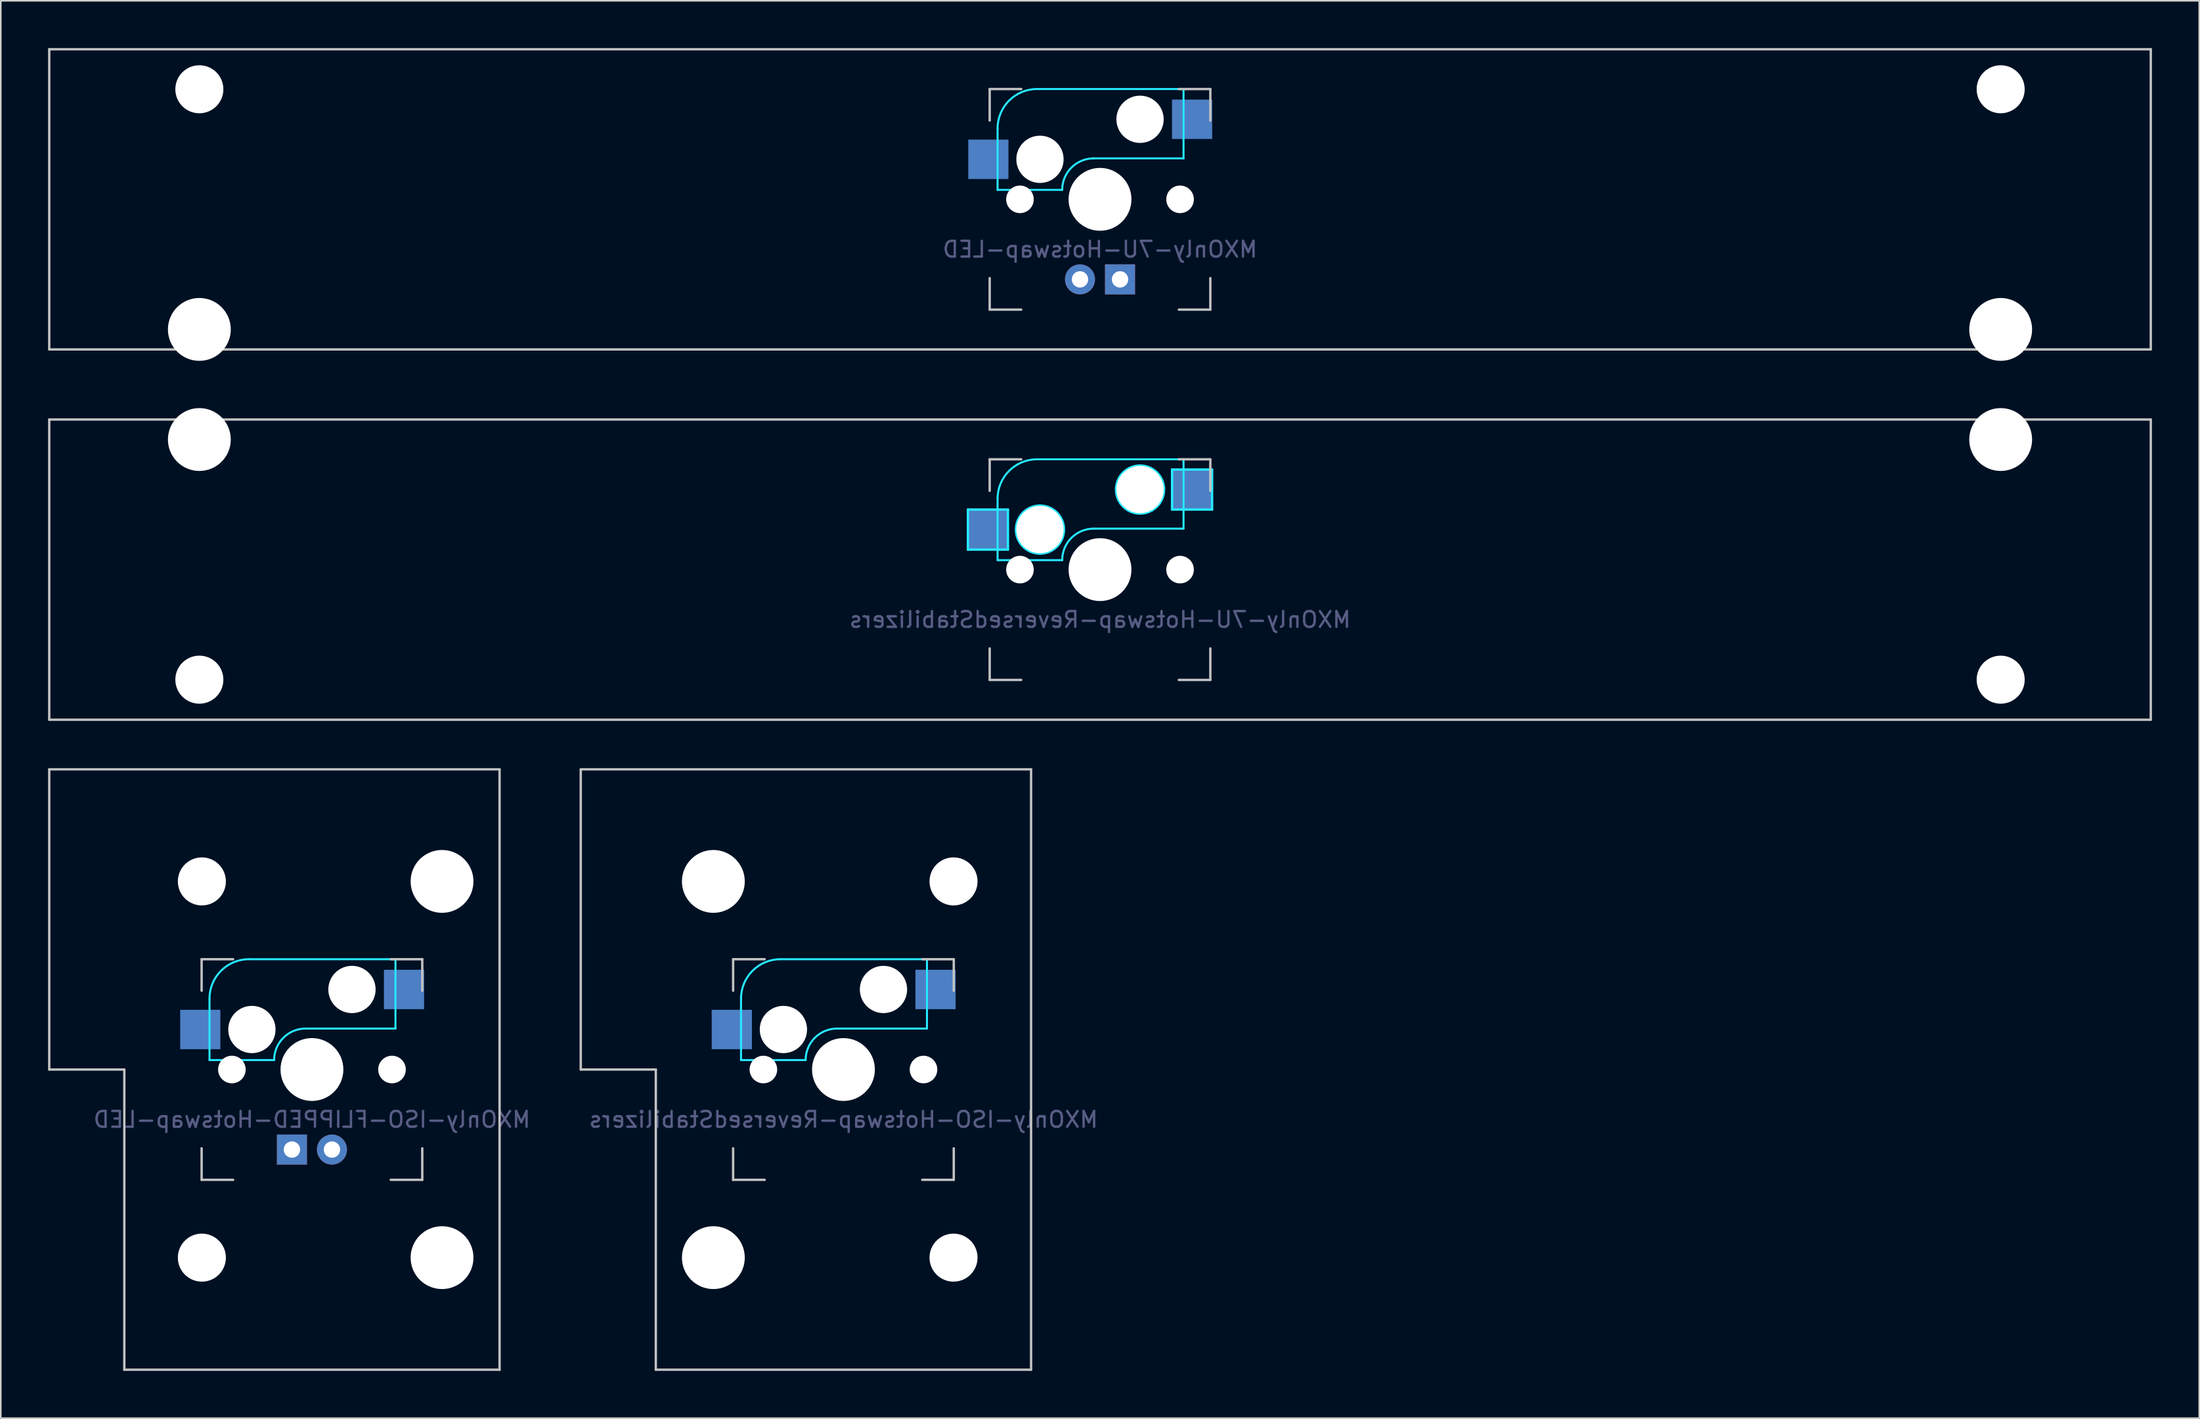
<source format=kicad_pcb>
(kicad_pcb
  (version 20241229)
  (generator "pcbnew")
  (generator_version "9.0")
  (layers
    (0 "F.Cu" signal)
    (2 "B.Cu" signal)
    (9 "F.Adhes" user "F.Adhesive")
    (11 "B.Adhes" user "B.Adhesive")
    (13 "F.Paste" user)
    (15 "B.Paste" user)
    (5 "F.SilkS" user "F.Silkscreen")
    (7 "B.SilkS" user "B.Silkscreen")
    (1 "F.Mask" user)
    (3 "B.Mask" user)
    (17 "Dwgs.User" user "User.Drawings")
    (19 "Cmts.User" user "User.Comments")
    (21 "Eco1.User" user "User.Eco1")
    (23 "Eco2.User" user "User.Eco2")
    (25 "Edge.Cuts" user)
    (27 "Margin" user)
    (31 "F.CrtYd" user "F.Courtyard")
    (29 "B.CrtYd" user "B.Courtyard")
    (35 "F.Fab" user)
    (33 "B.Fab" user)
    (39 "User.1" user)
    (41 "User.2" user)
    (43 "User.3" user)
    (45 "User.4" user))
  (footprint "MXOnly-7U-Hotswap-ReversedStabilizers"
    (layer "F.Cu")
    (at 66.75 33.098)
    (property "Reference" "MXOnly-7U-Hotswap-ReversedStabilizers" (at 0 3.175 0) (layer "B.Fab") (effects (font (size 1 1) (thickness 0.15)) (justify mirror)))
    (attr smd)
    (fp_line (start -66.675 -9.525) (end 66.675 -9.525) (stroke (width 0.15) (type solid)) (layer "Dwgs.User"))
    (fp_line (start -66.675 9.525) (end -66.675 -9.525) (stroke (width 0.15) (type solid)) (layer "Dwgs.User"))
    (fp_line (start -7 -7) (end -7 -5) (stroke (width 0.15) (type solid)) (layer "Dwgs.User"))
    (fp_line (start -7 5) (end -7 7) (stroke (width 0.15) (type solid)) (layer "Dwgs.User"))
    (fp_line (start -7 7) (end -5 7) (stroke (width 0.15) (type solid)) (layer "Dwgs.User"))
    (fp_line (start -5 -7) (end -7 -7) (stroke (width 0.15) (type solid)) (layer "Dwgs.User"))
    (fp_line (start 5 -7) (end 7 -7) (stroke (width 0.15) (type solid)) (layer "Dwgs.User"))
    (fp_line (start 5 7) (end 7 7) (stroke (width 0.15) (type solid)) (layer "Dwgs.User"))
    (fp_line (start 7 -7) (end 7 -5) (stroke (width 0.15) (type solid)) (layer "Dwgs.User"))
    (fp_line (start 7 7) (end 7 5) (stroke (width 0.15) (type solid)) (layer "Dwgs.User"))
    (fp_line (start 66.675 -9.525) (end 66.675 9.525) (stroke (width 0.15) (type solid)) (layer "Dwgs.User"))
    (fp_line (start 66.675 9.525) (end -66.675 9.525) (stroke (width 0.15) (type solid)) (layer "Dwgs.User"))
    (fp_line (start -8.382 -3.81) (end -5.842 -3.81) (stroke (width 0.15) (type solid)) (layer "B.CrtYd"))
    (fp_line (start -8.382 -1.27) (end -8.382 -3.81) (stroke (width 0.15) (type solid)) (layer "B.CrtYd"))
    (fp_line (start -6.5 -4.5) (end -6.5 -0.6) (stroke (width 0.127) (type solid)) (layer "B.CrtYd"))
    (fp_line (start -6.5 -0.6) (end -2.4 -0.6) (stroke (width 0.127) (type solid)) (layer "B.CrtYd"))
    (fp_line (start -5.842 -3.81) (end -5.842 -1.27) (stroke (width 0.15) (type solid)) (layer "B.CrtYd"))
    (fp_line (start -5.842 -1.27) (end -8.382 -1.27) (stroke (width 0.15) (type solid)) (layer "B.CrtYd"))
    (fp_line (start -0.4 -2.6) (end 5.3 -2.6) (stroke (width 0.127) (type solid)) (layer "B.CrtYd"))
    (fp_line (start 4.572 -6.35) (end 7.112 -6.35) (stroke (width 0.15) (type solid)) (layer "B.CrtYd"))
    (fp_line (start 4.572 -3.81) (end 4.572 -6.35) (stroke (width 0.15) (type solid)) (layer "B.CrtYd"))
    (fp_line (start 5.3 -7) (end -4 -7) (stroke (width 0.127) (type solid)) (layer "B.CrtYd"))
    (fp_line (start 5.3 -7) (end 5.3 -2.6) (stroke (width 0.127) (type solid)) (layer "B.CrtYd"))
    (fp_line (start 7.112 -6.35) (end 7.112 -3.81) (stroke (width 0.15) (type solid)) (layer "B.CrtYd"))
    (fp_line (start 7.112 -3.81) (end 4.572 -3.81) (stroke (width 0.15) (type solid)) (layer "B.CrtYd"))
    (fp_arc (start -6.5 -4.5) (mid -5.767767 -6.267767) (end -4 -7) (stroke (width 0.127) (type solid)) (layer "B.CrtYd"))
    (fp_arc (start -2.4 -0.6) (mid -1.814214 -2.014214) (end -0.4 -2.6) (stroke (width 0.127) (type solid)) (layer "B.CrtYd"))
    (fp_circle (center -3.81 -2.54) (end -3.81 -4.064) (stroke (width 0.15) (type solid)) (fill no) (layer "B.CrtYd"))
    (fp_circle (center 2.54 -5.08) (end 2.54 -6.604) (stroke (width 0.15) (type solid)) (fill no) (layer "B.CrtYd"))
    (pad "" np_thru_hole circle (at -57.15 -8.255) (size 3.988 3.988) (drill 3.988) (layers "*.Cu" "*.Mask"))
    (pad "" np_thru_hole circle (at -57.15 6.985) (size 3.048 3.048) (drill 3.048) (layers "*.Cu" "*.Mask"))
    (pad "" np_thru_hole circle (at -5.08 0 48.1) (size 1.75 1.75) (drill 1.75) (layers "*.Cu" "*.Mask"))
    (pad "" np_thru_hole circle (at -3.81 -2.54) (size 3 3) (drill 3) (layers "*.Cu" "*.Mask"))
    (pad "" np_thru_hole circle (at 0 0) (size 3.988 3.988) (drill 3.988) (layers "*.Cu" "*.Mask"))
    (pad "" np_thru_hole circle (at 2.54 -5.08) (size 3 3) (drill 3) (layers "*.Cu" "*.Mask"))
    (pad "" np_thru_hole circle (at 5.08 0 48.1) (size 1.75 1.75) (drill 1.75) (layers "*.Cu" "*.Mask"))
    (pad "" np_thru_hole circle (at 57.15 -8.255) (size 3.988 3.988) (drill 3.988) (layers "*.Cu" "*.Mask"))
    (pad "" np_thru_hole circle (at 57.15 6.985) (size 3.048 3.048) (drill 3.048) (layers "*.Cu" "*.Mask"))
    (pad "1" smd rect (at -7.085 -2.54) (size 2.55 2.5) (layers "B.Cu" "B.Mask" "B.Paste"))
    (pad "2" smd rect (at 5.842 -5.08) (size 2.55 2.5) (layers "B.Cu" "B.Mask" "B.Paste")))
  (footprint "MXOnly-ISO-Hotswap-ReversedStabilizers"
    (layer "F.Cu")
    (at 50.47 64.823)
    (property "Reference" "MXOnly-ISO-Hotswap-ReversedStabilizers" (at 0 3.175 0) (layer "B.Fab") (effects (font (size 1 1) (thickness 0.15)) (justify mirror)))
    (attr through_hole)
    (fp_line (start -16.669 -19.05) (end -16.669 0) (stroke (width 0.15) (type solid)) (layer "Dwgs.User"))
    (fp_line (start -16.669 -19.05) (end 11.906 -19.05) (stroke (width 0.15) (type solid)) (layer "Dwgs.User"))
    (fp_line (start -11.906 0) (end -16.669 0) (stroke (width 0.15) (type solid)) (layer "Dwgs.User"))
    (fp_line (start -11.906 19.05) (end -11.906 0) (stroke (width 0.15) (type solid)) (layer "Dwgs.User"))
    (fp_line (start -11.906 19.05) (end 11.906 19.05) (stroke (width 0.15) (type solid)) (layer "Dwgs.User"))
    (fp_line (start -7 -7) (end -7 -5) (stroke (width 0.15) (type solid)) (layer "Dwgs.User"))
    (fp_line (start -7 5) (end -7 7) (stroke (width 0.15) (type solid)) (layer "Dwgs.User"))
    (fp_line (start -7 7) (end -5 7) (stroke (width 0.15) (type solid)) (layer "Dwgs.User"))
    (fp_line (start -5 -7) (end -7 -7) (stroke (width 0.15) (type solid)) (layer "Dwgs.User"))
    (fp_line (start 5 -7) (end 7 -7) (stroke (width 0.15) (type solid)) (layer "Dwgs.User"))
    (fp_line (start 5 7) (end 7 7) (stroke (width 0.15) (type solid)) (layer "Dwgs.User"))
    (fp_line (start 7 -7) (end 7 -5) (stroke (width 0.15) (type solid)) (layer "Dwgs.User"))
    (fp_line (start 7 7) (end 7 5) (stroke (width 0.15) (type solid)) (layer "Dwgs.User"))
    (fp_line (start 11.906 -19.05) (end 11.906 19.05) (stroke (width 0.15) (type solid)) (layer "Dwgs.User"))
    (fp_line (start -6.5 -4.5) (end -6.5 -0.6) (stroke (width 0.127) (type solid)) (layer "B.CrtYd"))
    (fp_line (start -6.5 -0.6) (end -2.4 -0.6) (stroke (width 0.127) (type solid)) (layer "B.CrtYd"))
    (fp_line (start -0.4 -2.6) (end 5.3 -2.6) (stroke (width 0.127) (type solid)) (layer "B.CrtYd"))
    (fp_line (start 5.3 -7) (end -4 -7) (stroke (width 0.127) (type solid)) (layer "B.CrtYd"))
    (fp_line (start 5.3 -7) (end 5.3 -2.6) (stroke (width 0.127) (type solid)) (layer "B.CrtYd"))
    (fp_arc (start -6.5 -4.5) (mid -5.767767 -6.267767) (end -4 -7) (stroke (width 0.127) (type solid)) (layer "B.CrtYd"))
    (fp_arc (start -2.4 -0.6) (mid -1.814214 -2.014214) (end -0.4 -2.6) (stroke (width 0.127) (type solid)) (layer "B.CrtYd"))
    (pad "" np_thru_hole circle (at -8.255 -11.938) (size 3.988 3.988) (drill 3.988) (layers "*.Cu" "*.Mask"))
    (pad "" np_thru_hole circle (at -8.255 11.938) (size 3.988 3.988) (drill 3.988) (layers "*.Cu" "*.Mask"))
    (pad "" np_thru_hole circle (at -5.08 0 48.1) (size 1.75 1.75) (drill 1.75) (layers "*.Cu" "*.Mask"))
    (pad "" np_thru_hole circle (at -3.81 -2.54) (size 3 3) (drill 3) (layers "*.Cu" "*.Mask"))
    (pad "" np_thru_hole circle (at 0 0) (size 3.988 3.988) (drill 3.988) (layers "*.Cu" "*.Mask"))
    (pad "" np_thru_hole circle (at 2.54 -5.08) (size 3 3) (drill 3) (layers "*.Cu" "*.Mask"))
    (pad "" np_thru_hole circle (at 5.08 0 48.1) (size 1.75 1.75) (drill 1.75) (layers "*.Cu" "*.Mask"))
    (pad "" np_thru_hole circle (at 6.985 -11.938) (size 3.048 3.048) (drill 3.048) (layers "*.Cu" "*.Mask"))
    (pad "" np_thru_hole circle (at 6.985 11.938) (size 3.048 3.048) (drill 3.048) (layers "*.Cu" "*.Mask"))
    (pad "1" smd rect (at -7.085 -2.54) (size 2.55 2.5) (layers "B.Cu" "B.Mask" "B.Paste"))
    (pad "2" smd rect (at 5.842 -5.08) (size 2.55 2.5) (layers "B.Cu" "B.Mask" "B.Paste")))
  (footprint "MXOnly-7U-Hotswap-LED"
    (layer "F.Cu")
    (at 66.75 9.6)
    (property "Reference" "MXOnly-7U-Hotswap-LED" (at 0 3.175 0) (layer "B.Fab") (effects (font (size 1 1) (thickness 0.15)) (justify mirror)))
    (attr through_hole)
    (fp_line (start -66.675 -9.525) (end 66.675 -9.525) (stroke (width 0.15) (type solid)) (layer "Dwgs.User"))
    (fp_line (start -66.675 9.525) (end -66.675 -9.525) (stroke (width 0.15) (type solid)) (layer "Dwgs.User"))
    (fp_line (start -66.675 9.525) (end 66.675 9.525) (stroke (width 0.15) (type solid)) (layer "Dwgs.User"))
    (fp_line (start -7 -7) (end -7 -5) (stroke (width 0.15) (type solid)) (layer "Dwgs.User"))
    (fp_line (start -7 5) (end -7 7) (stroke (width 0.15) (type solid)) (layer "Dwgs.User"))
    (fp_line (start -7 7) (end -5 7) (stroke (width 0.15) (type solid)) (layer "Dwgs.User"))
    (fp_line (start -5 -7) (end -7 -7) (stroke (width 0.15) (type solid)) (layer "Dwgs.User"))
    (fp_line (start 5 -7) (end 7 -7) (stroke (width 0.15) (type solid)) (layer "Dwgs.User"))
    (fp_line (start 5 7) (end 7 7) (stroke (width 0.15) (type solid)) (layer "Dwgs.User"))
    (fp_line (start 7 -7) (end 7 -5) (stroke (width 0.15) (type solid)) (layer "Dwgs.User"))
    (fp_line (start 7 7) (end 7 5) (stroke (width 0.15) (type solid)) (layer "Dwgs.User"))
    (fp_line (start 66.675 -9.525) (end 66.675 9.525) (stroke (width 0.15) (type solid)) (layer "Dwgs.User"))
    (fp_line (start -6.5 -4.5) (end -6.5 -0.6) (stroke (width 0.127) (type solid)) (layer "B.CrtYd"))
    (fp_line (start -6.5 -0.6) (end -2.4 -0.6) (stroke (width 0.127) (type solid)) (layer "B.CrtYd"))
    (fp_line (start -0.4 -2.6) (end 5.3 -2.6) (stroke (width 0.127) (type solid)) (layer "B.CrtYd"))
    (fp_line (start 5.3 -7) (end -4 -7) (stroke (width 0.127) (type solid)) (layer "B.CrtYd"))
    (fp_line (start 5.3 -7) (end 5.3 -2.6) (stroke (width 0.127) (type solid)) (layer "B.CrtYd"))
    (fp_arc (start -6.5 -4.5) (mid -5.767767 -6.267767) (end -4 -7) (stroke (width 0.127) (type solid)) (layer "B.CrtYd"))
    (fp_arc (start -2.4 -0.6) (mid -1.814214 -2.014214) (end -0.4 -2.6) (stroke (width 0.127) (type solid)) (layer "B.CrtYd"))
    (pad "" np_thru_hole circle (at -57.15 -6.985) (size 3.048 3.048) (drill 3.048) (layers "*.Cu" "*.Mask"))
    (pad "" np_thru_hole circle (at -57.15 8.255) (size 3.988 3.988) (drill 3.988) (layers "*.Cu" "*.Mask"))
    (pad "" np_thru_hole circle (at -5.08 0 48.1) (size 1.75 1.75) (drill 1.75) (layers "*.Cu" "*.Mask"))
    (pad "" np_thru_hole circle (at -3.81 -2.54) (size 3 3) (drill 3) (layers "*.Cu" "*.Mask"))
    (pad "" np_thru_hole circle (at 0 0) (size 3.988 3.988) (drill 3.988) (layers "*.Cu" "*.Mask"))
    (pad "" np_thru_hole circle (at 2.54 -5.08) (size 3 3) (drill 3) (layers "*.Cu" "*.Mask"))
    (pad "" np_thru_hole circle (at 5.08 0 48.1) (size 1.75 1.75) (drill 1.75) (layers "*.Cu" "*.Mask"))
    (pad "" np_thru_hole circle (at 57.15 -6.985) (size 3.048 3.048) (drill 3.048) (layers "*.Cu" "*.Mask"))
    (pad "" np_thru_hole circle (at 57.15 8.255) (size 3.988 3.988) (drill 3.988) (layers "*.Cu" "*.Mask"))
    (pad "1" smd rect (at -7.085 -2.54) (size 2.55 2.5) (layers "B.Cu" "B.Mask" "B.Paste"))
    (pad "2" smd rect (at 5.842 -5.08) (size 2.55 2.5) (layers "B.Cu" "B.Mask" "B.Paste"))
    (pad "3" thru_hole circle (at -1.27 5.08) (size 1.905 1.905) (drill 1.04) (layers "*.Cu" "B.Mask"))
    (pad "4" thru_hole rect (at 1.27 5.08) (size 1.905 1.905) (drill 1.04) (layers "*.Cu" "B.Mask")))
  (footprint "MXOnly-ISO-FLIPPED-Hotswap-LED"
    (layer "F.Cu")
    (at 16.744 64.823)
    (property "Reference" "MXOnly-ISO-FLIPPED-Hotswap-LED" (at 0 3.175 0) (layer "B.Fab") (effects (font (size 1 1) (thickness 0.15)) (justify mirror)))
    (attr through_hole)
    (fp_line (start -16.669 -19.05) (end -16.669 0) (stroke (width 0.15) (type solid)) (layer "Dwgs.User"))
    (fp_line (start -16.669 -19.05) (end 11.906 -19.05) (stroke (width 0.15) (type solid)) (layer "Dwgs.User"))
    (fp_line (start -11.906 0) (end -16.669 0) (stroke (width 0.15) (type solid)) (layer "Dwgs.User"))
    (fp_line (start -11.906 19.05) (end -11.906 0) (stroke (width 0.15) (type solid)) (layer "Dwgs.User"))
    (fp_line (start -11.906 19.05) (end 11.906 19.05) (stroke (width 0.15) (type solid)) (layer "Dwgs.User"))
    (fp_line (start -7 -7) (end -7 -5) (stroke (width 0.15) (type solid)) (layer "Dwgs.User"))
    (fp_line (start -7 5) (end -7 7) (stroke (width 0.15) (type solid)) (layer "Dwgs.User"))
    (fp_line (start -7 7) (end -5 7) (stroke (width 0.15) (type solid)) (layer "Dwgs.User"))
    (fp_line (start -5 -7) (end -7 -7) (stroke (width 0.15) (type solid)) (layer "Dwgs.User"))
    (fp_line (start 5 -7) (end 7 -7) (stroke (width 0.15) (type solid)) (layer "Dwgs.User"))
    (fp_line (start 5 7) (end 7 7) (stroke (width 0.15) (type solid)) (layer "Dwgs.User"))
    (fp_line (start 7 -7) (end 7 -5) (stroke (width 0.15) (type solid)) (layer "Dwgs.User"))
    (fp_line (start 7 7) (end 7 5) (stroke (width 0.15) (type solid)) (layer "Dwgs.User"))
    (fp_line (start 11.906 -19.05) (end 11.906 19.05) (stroke (width 0.15) (type solid)) (layer "Dwgs.User"))
    (fp_line (start -6.5 -4.5) (end -6.5 -0.6) (stroke (width 0.127) (type solid)) (layer "B.CrtYd"))
    (fp_line (start -6.5 -0.6) (end -2.4 -0.6) (stroke (width 0.127) (type solid)) (layer "B.CrtYd"))
    (fp_line (start -0.4 -2.6) (end 5.3 -2.6) (stroke (width 0.127) (type solid)) (layer "B.CrtYd"))
    (fp_line (start 5.3 -7) (end -4 -7) (stroke (width 0.127) (type solid)) (layer "B.CrtYd"))
    (fp_line (start 5.3 -7) (end 5.3 -2.6) (stroke (width 0.127) (type solid)) (layer "B.CrtYd"))
    (fp_arc (start -6.5 -4.5) (mid -5.767767 -6.267767) (end -4 -7) (stroke (width 0.127) (type solid)) (layer "B.CrtYd"))
    (fp_arc (start -2.4 -0.6) (mid -1.814214 -2.014214) (end -0.4 -2.6) (stroke (width 0.127) (type solid)) (layer "B.CrtYd"))
    (pad "" np_thru_hole circle (at -6.985 -11.938) (size 3.048 3.048) (drill 3.048) (layers "*.Cu" "*.Mask"))
    (pad "" np_thru_hole circle (at -6.985 11.938) (size 3.048 3.048) (drill 3.048) (layers "*.Cu" "*.Mask"))
    (pad "" np_thru_hole circle (at -5.08 0 48.1) (size 1.75 1.75) (drill 1.75) (layers "*.Cu" "*.Mask"))
    (pad "" np_thru_hole circle (at -3.81 -2.54) (size 3 3) (drill 3) (layers "*.Cu" "*.Mask"))
    (pad "" np_thru_hole circle (at 0 0) (size 3.988 3.988) (drill 3.988) (layers "*.Cu" "*.Mask"))
    (pad "" np_thru_hole circle (at 2.54 -5.08) (size 3 3) (drill 3) (layers "*.Cu" "*.Mask"))
    (pad "" np_thru_hole circle (at 5.08 0 48.1) (size 1.75 1.75) (drill 1.75) (layers "*.Cu" "*.Mask"))
    (pad "" np_thru_hole circle (at 8.255 -11.938) (size 3.988 3.988) (drill 3.988) (layers "*.Cu" "*.Mask"))
    (pad "" np_thru_hole circle (at 8.255 11.938) (size 3.988 3.988) (drill 3.988) (layers "*.Cu" "*.Mask"))
    (pad "1" smd rect (at -7.085 -2.54) (size 2.55 2.5) (layers "B.Cu" "B.Mask" "B.Paste"))
    (pad "2" smd rect (at 5.842 -5.08) (size 2.55 2.5) (layers "B.Cu" "B.Mask" "B.Paste"))
    (pad "3" thru_hole circle (at 1.27 5.08 180) (size 1.905 1.905) (drill 1.04) (layers "*.Cu" "B.Mask"))
    (pad "4" thru_hole rect (at -1.27 5.08 180) (size 1.905 1.905) (drill 1.04) (layers "*.Cu" "B.Mask")))
  (gr_rect
    (start -3 -3)
    (end 136.5 86.948)
    (stroke (width 0.1) (type default))
    (fill no)
    (layer "Edge.Cuts")))
</source>
